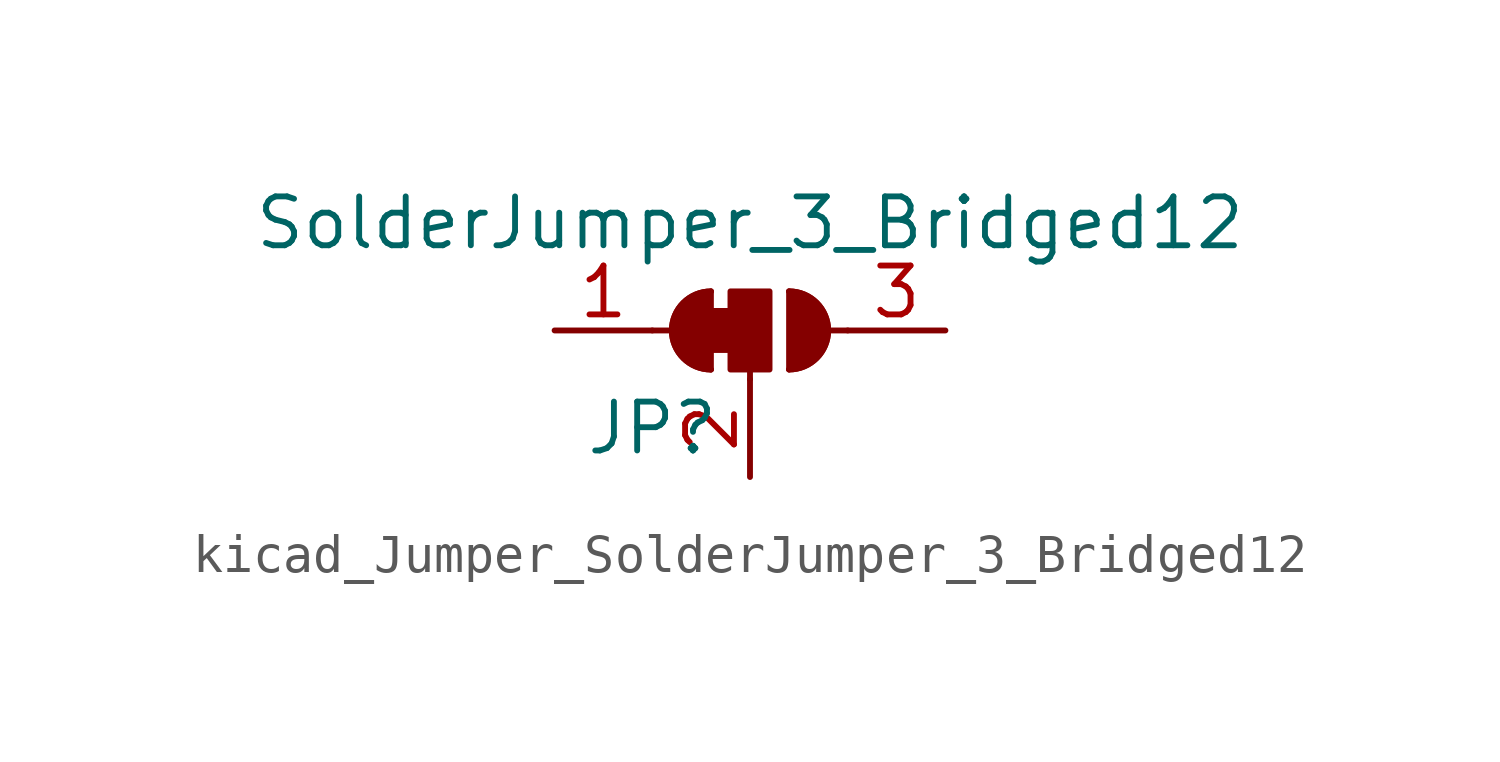
<source format=kicad_sym>
(kicad_symbol_lib
  (version 20220914)
  (generator kicad_symbol_editor)
  (symbol "kicad_Jumper_SolderJumper_3_Bridged12"
    (pin_names
      (offset 0) hide)
    (property "Reference" "JP"
      (at -2.54 -2.54 0)
      (effects (font (size 1.27 1.27))))
    (property "Value" "SolderJumper_3_Bridged12"
      (at 0 2.794 0)
      (effects (font (size 1.27 1.27))))
    (symbol "kicad_Jumper_SolderJumper_3_Bridged12_0_1"
      (rectangle (start -1.016 0.508) (end -0.508 -0.508) (stroke (width 0) (type default)) (fill (type outline)))
      (arc (start -1.016 1.016) (mid -2.0276 0) (end -1.016 -1.016) (stroke (width 0) (type default)) (fill (type none)))
      (arc (start -1.016 1.016) (mid -2.0276 0) (end -1.016 -1.016) (stroke (width 0) (type default)) (fill (type outline)))
      (rectangle (start -0.508 1.016) (end 0.508 -1.016) (stroke (width 0) (type default)) (fill (type outline)))
      (polyline (pts (xy -2.54 0) (xy -2.032 0)) (stroke (width 0) (type default)) (fill (type none)))
      (polyline (pts (xy -1.016 1.016) (xy -1.016 -1.016)) (stroke (width 0) (type default)) (fill (type none)))
      (polyline (pts (xy 0 -1.27) (xy 0 -1.016)) (stroke (width 0) (type default)) (fill (type none)))
      (polyline (pts (xy 1.016 1.016) (xy 1.016 -1.016)) (stroke (width 0) (type default)) (fill (type none)))
      (polyline (pts (xy 2.54 0) (xy 2.032 0)) (stroke (width 0) (type default)) (fill (type none)))
      (arc (start 1.016 -1.016) (mid 2.0276 0) (end 1.016 1.016) (stroke (width 0) (type default)) (fill (type none)))
      (arc (start 1.016 -1.016) (mid 2.0276 0) (end 1.016 1.016) (stroke (width 0) (type default)) (fill (type outline))))
    (symbol "kicad_Jumper_SolderJumper_3_Bridged12_1_1"
      (pin passive line (at -5.08 0 0) (length 2.54) (name "A" (effects (font (size 1.27 1.27)))) (number "1" (effects (font (size 1.27 1.27)))))
      (pin passive line (at 0 -3.81 90) (length 2.54) (name "C" (effects (font (size 1.27 1.27)))) (number "2" (effects (font (size 1.27 1.27)))))
      (pin passive line (at 5.08 0 180) (length 2.54) (name "B" (effects (font (size 1.27 1.27)))) (number "3" (effects (font (size 1.27 1.27))))))))
</source>
